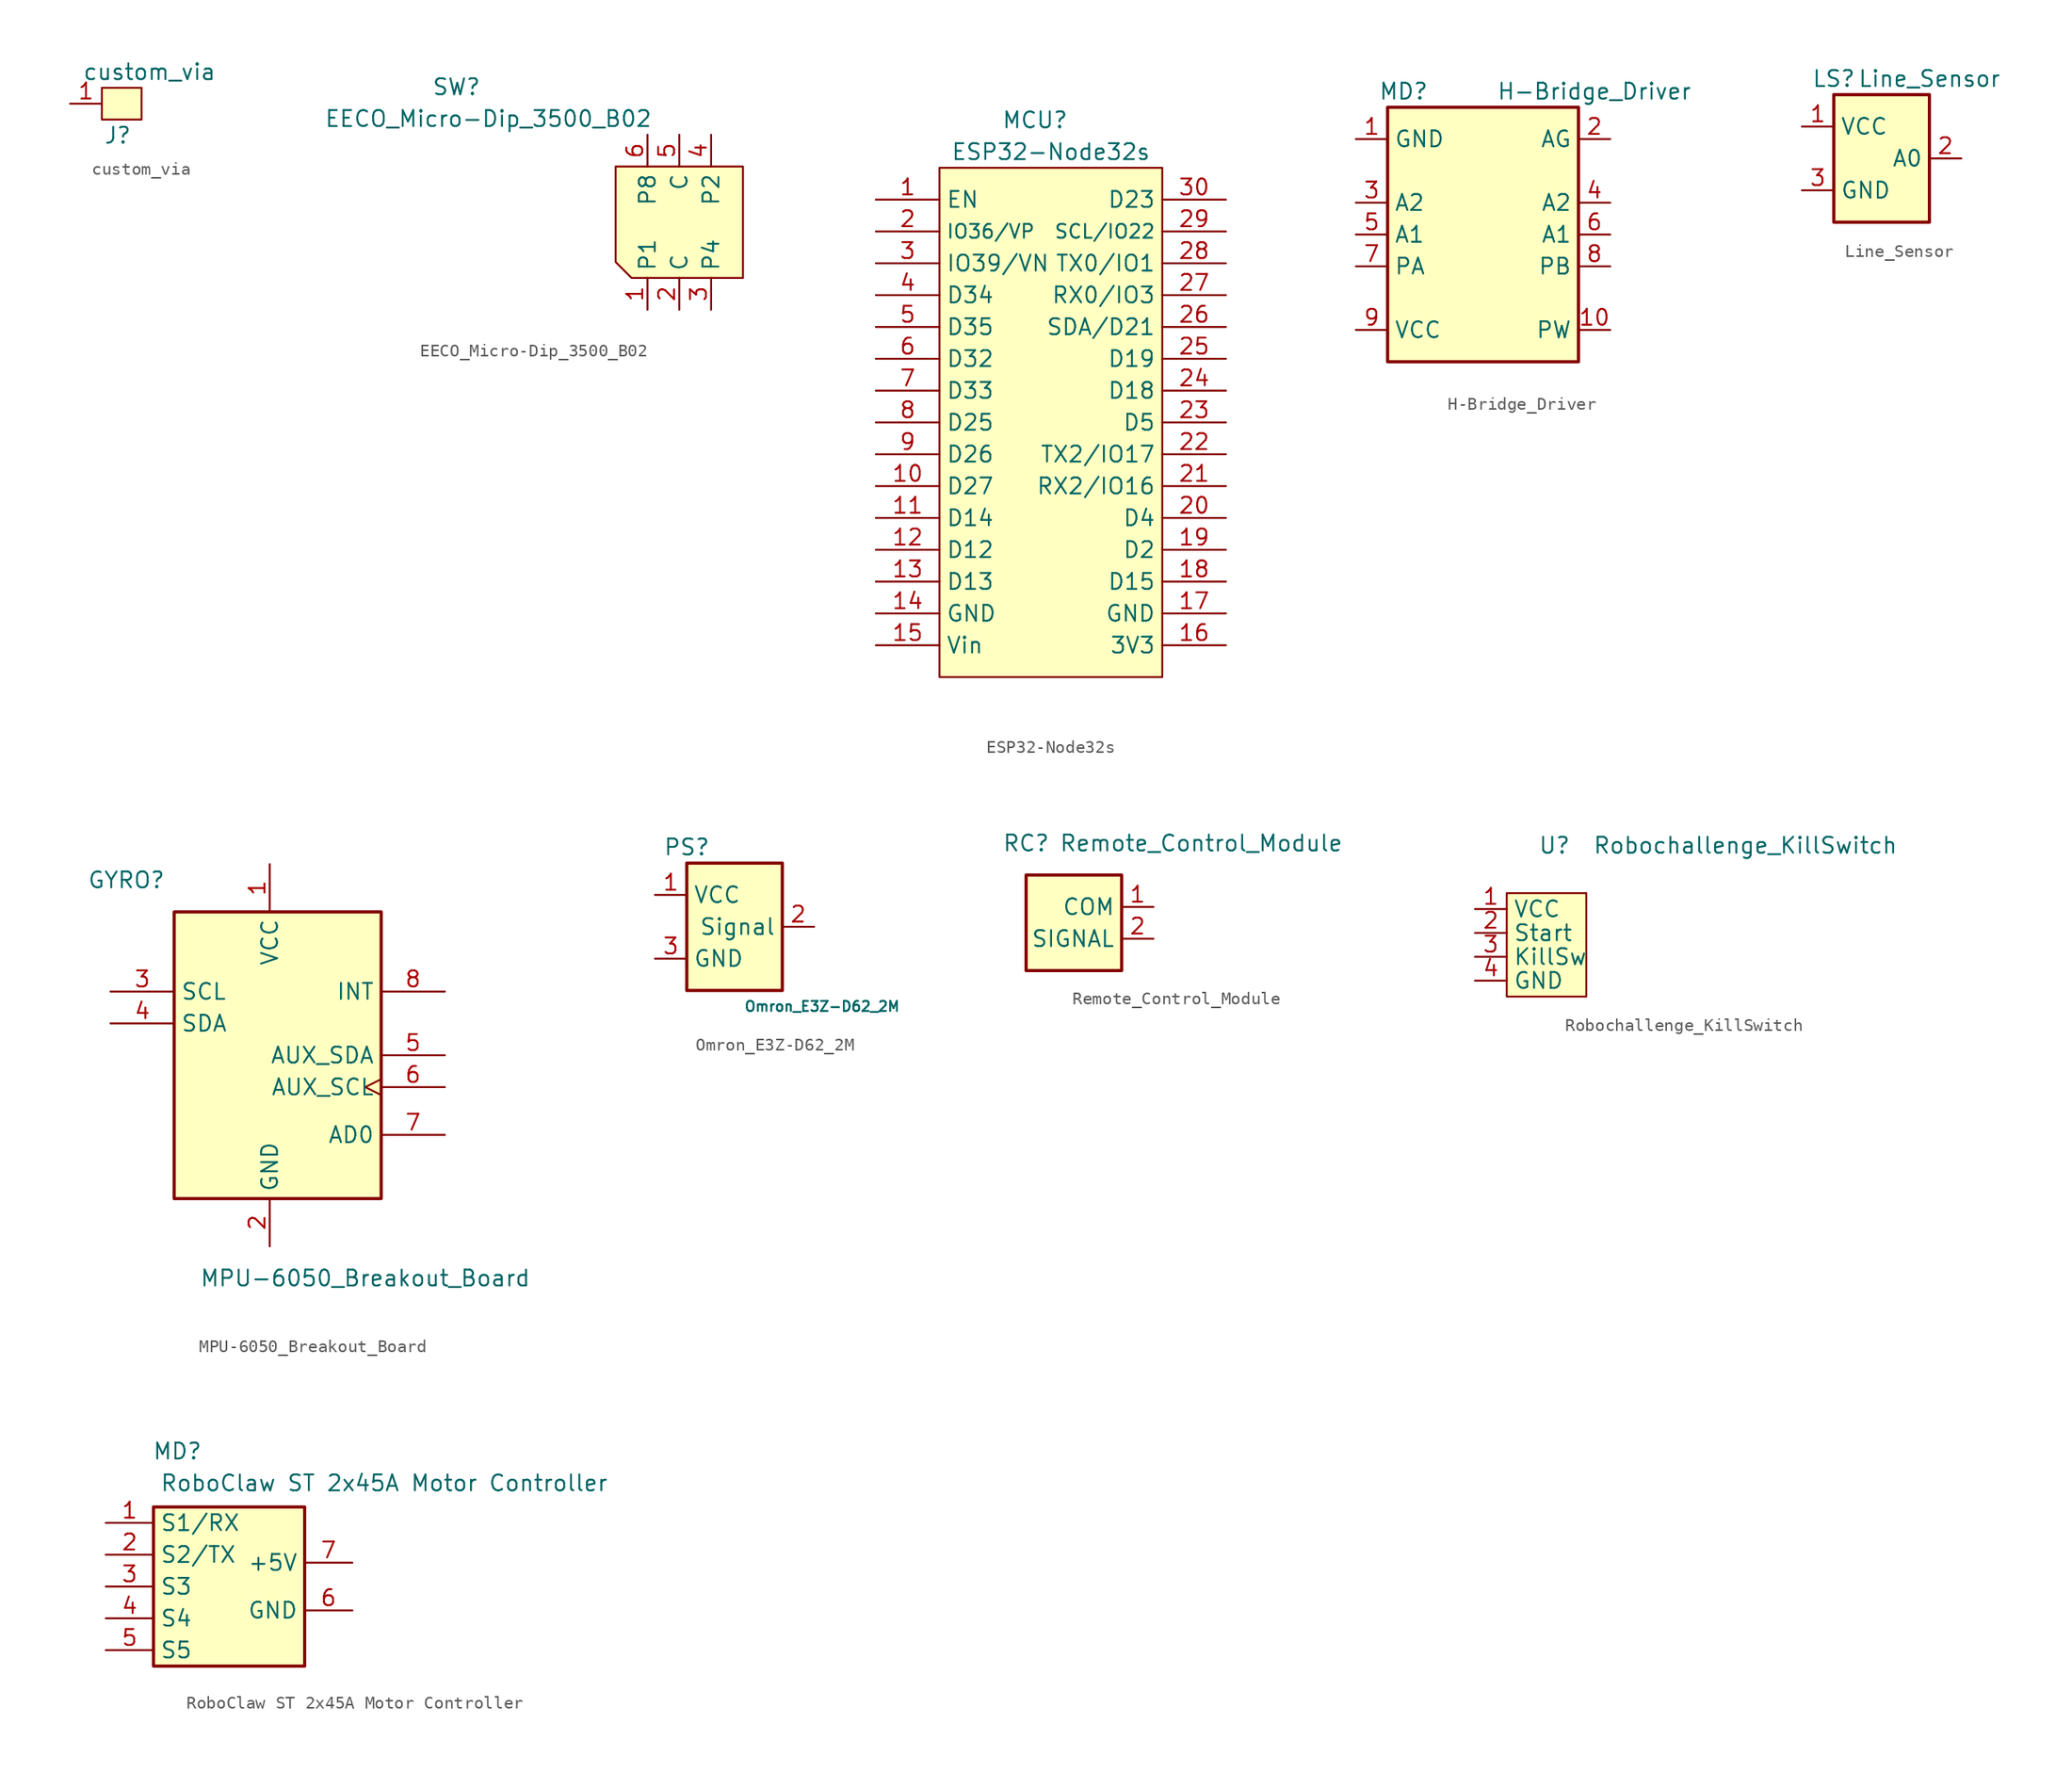
<source format=kicad_sym>
(kicad_symbol_lib
  (version 20211014)
  (generator kicad_symbol_editor)
  (symbol "custom_via"
    (property "Reference" "J"
      (at 1.27 -3.81 0)
      (effects (font (size 1.27 1.27))))
    (property "Value" "custom_via"
      (at 3.81 1.27 0)
      (effects (font (size 1.27 1.27))))
    (symbol "custom_via_0_1"
      (rectangle (start 0 0) (end 3.175 -2.54) (stroke (width 0) (type default) (color 0 0 0 0)) (fill (type background))))
    (symbol "custom_via_1_1"
      (pin input line (at -2.54 -1.27 0) (length 2.54) (name "" (effects (font (size 1.27 1.27)))) (number "1" (effects (font (size 1.27 1.27)))))))
  (symbol "EECO_Micro-Dip_3500_B02"
    (property "Reference" "SW"
      (at -17.78 11.43 0)
      (effects (font (size 1.27 1.27))))
    (property "Value" "EECO_Micro-Dip_3500_B02"
      (at -15.24 8.89 0)
      (effects (font (size 1.27 1.27))))
    (symbol "EECO_Micro-Dip_3500_B02_0_1"
      (polyline (pts (xy -5.08 5.08) (xy 5.08 5.08) (xy 5.08 -3.81) (xy -3.81 -3.81) (xy -5.08 -2.54) (xy -5.08 5.08)) (stroke (width 0) (type default) (color 0 0 0 0)) (fill (type background))))
    (symbol "EECO_Micro-Dip_3500_B02_1_1"
      (pin output line (at -2.54 -6.35 90) (length 2.54) (name "P1" (effects (font (size 1.27 1.27)))) (number "1" (effects (font (size 1.27 1.27)))))
      (pin power_in line (at 0 -6.35 90) (length 2.54) (name "C" (effects (font (size 1.27 1.27)))) (number "2" (effects (font (size 1.27 1.27)))))
      (pin output line (at 2.54 -6.35 90) (length 2.54) (name "P4" (effects (font (size 1.27 1.27)))) (number "3" (effects (font (size 1.27 1.27)))))
      (pin output line (at 2.54 7.62 270) (length 2.54) (name "P2" (effects (font (size 1.27 1.27)))) (number "4" (effects (font (size 1.27 1.27)))))
      (pin power_in line (at 0 7.62 270) (length 2.54) (name "C" (effects (font (size 1.27 1.27)))) (number "5" (effects (font (size 1.27 1.27)))))
      (pin output line (at -2.54 7.62 270) (length 2.54) (name "P8" (effects (font (size 1.27 1.27)))) (number "6" (effects (font (size 1.27 1.27)))))))
  (symbol "ESP32-Node32s"
    (property "Reference" "MCU"
      (at 12.7 6.35 0)
      (effects (font (size 1.27 1.27))))
    (property "Value" "ESP32-Node32s"
      (at 13.97 3.81 0)
      (effects (font (size 1.27 1.27))))
    (symbol "ESP32-Node32s_0_0"
      (pin passive line (at 0 0 0) (length 5.08) (name "EN" (effects (font (size 1.27 1.27)))) (number "1" (effects (font (size 1.27 1.27)))))
      (pin bidirectional line (at 0 -22.86 0) (length 5.08) (name "D27" (effects (font (size 1.27 1.27)))) (number "10" (effects (font (size 1.27 1.27)))))
      (pin bidirectional line (at 0 -25.4 0) (length 5.08) (name "D14" (effects (font (size 1.27 1.27)))) (number "11" (effects (font (size 1.27 1.27)))))
      (pin bidirectional line (at 0 -27.94 0) (length 5.08) (name "D12" (effects (font (size 1.27 1.27)))) (number "12" (effects (font (size 1.27 1.27)))))
      (pin bidirectional line (at 0 -30.48 0) (length 5.08) (name "D13" (effects (font (size 1.27 1.27)))) (number "13" (effects (font (size 1.27 1.27)))))
      (pin power_in line (at 0 -33.02 0) (length 5.08) (name "GND" (effects (font (size 1.27 1.27)))) (number "14" (effects (font (size 1.27 1.27)))))
      (pin power_in line (at 0 -35.56 0) (length 5.08) (name "Vin" (effects (font (size 1.27 1.27)))) (number "15" (effects (font (size 1.27 1.27)))))
      (pin power_out line (at 27.94 -35.56 180) (length 5.08) (name "3V3" (effects (font (size 1.27 1.27)))) (number "16" (effects (font (size 1.27 1.27)))))
      (pin power_in line (at 27.94 -33.02 180) (length 5.08) (name "GND" (effects (font (size 1.27 1.27)))) (number "17" (effects (font (size 1.27 1.27)))))
      (pin bidirectional line (at 27.94 -30.48 180) (length 5.08) (name "D15" (effects (font (size 1.27 1.27)))) (number "18" (effects (font (size 1.27 1.27)))))
      (pin bidirectional line (at 27.94 -27.94 180) (length 5.08) (name "D2" (effects (font (size 1.27 1.27)))) (number "19" (effects (font (size 1.27 1.27)))))
      (pin input line (at 0 -2.54 0) (length 5.08) (name "IO36/VP" (effects (font (size 1.1 1.1)))) (number "2" (effects (font (size 1.27 1.27)))))
      (pin bidirectional line (at 27.94 -25.4 180) (length 5.08) (name "D4" (effects (font (size 1.27 1.27)))) (number "20" (effects (font (size 1.27 1.27)))))
      (pin bidirectional line (at 27.94 -22.86 180) (length 5.08) (name "RX2/IO16" (effects (font (size 1.27 1.27)))) (number "21" (effects (font (size 1.27 1.27)))))
      (pin bidirectional line (at 27.94 -20.32 180) (length 5.08) (name "TX2/IO17" (effects (font (size 1.27 1.27)))) (number "22" (effects (font (size 1.27 1.27)))))
      (pin bidirectional line (at 27.94 -17.78 180) (length 5.08) (name "D5" (effects (font (size 1.27 1.27)))) (number "23" (effects (font (size 1.27 1.27)))))
      (pin bidirectional line (at 27.94 -15.24 180) (length 5.08) (name "D18" (effects (font (size 1.27 1.27)))) (number "24" (effects (font (size 1.27 1.27)))))
      (pin bidirectional line (at 27.94 -12.7 180) (length 5.08) (name "D19" (effects (font (size 1.27 1.27)))) (number "25" (effects (font (size 1.27 1.27)))))
      (pin bidirectional line (at 27.94 -10.16 180) (length 5.08) (name "SDA/D21" (effects (font (size 1.27 1.27)))) (number "26" (effects (font (size 1.27 1.27)))))
      (pin bidirectional line (at 27.94 -7.62 180) (length 5.08) (name "RX0/IO3" (effects (font (size 1.27 1.27)))) (number "27" (effects (font (size 1.27 1.27)))))
      (pin bidirectional line (at 27.94 -5.08 180) (length 5.08) (name "TX0/IO1" (effects (font (size 1.27 1.27)))) (number "28" (effects (font (size 1.27 1.27)))))
      (pin passive line (at 27.94 -2.54 180) (length 5.08) (name "SCL/IO22" (effects (font (size 1.1 1.1)))) (number "29" (effects (font (size 1.27 1.27)))))
      (pin input line (at 0 -5.08 0) (length 5.08) (name "IO39/VN" (effects (font (size 1.27 1.27)))) (number "3" (effects (font (size 1.27 1.27)))))
      (pin bidirectional line (at 27.94 0 180) (length 5.08) (name "D23" (effects (font (size 1.27 1.27)))) (number "30" (effects (font (size 1.27 1.27)))))
      (pin input line (at 0 -7.62 0) (length 5.08) (name "D34" (effects (font (size 1.27 1.27)))) (number "4" (effects (font (size 1.27 1.27)))))
      (pin input line (at 0 -10.16 0) (length 5.08) (name "D35" (effects (font (size 1.27 1.27)))) (number "5" (effects (font (size 1.27 1.27)))))
      (pin bidirectional line (at 0 -12.7 0) (length 5.08) (name "D32" (effects (font (size 1.27 1.27)))) (number "6" (effects (font (size 1.27 1.27)))))
      (pin bidirectional line (at 0 -15.24 0) (length 5.08) (name "D33" (effects (font (size 1.27 1.27)))) (number "7" (effects (font (size 1.27 1.27)))))
      (pin bidirectional line (at 0 -17.78 0) (length 5.08) (name "D25" (effects (font (size 1.27 1.27)))) (number "8" (effects (font (size 1.27 1.27)))))
      (pin bidirectional line (at 0 -20.32 0) (length 5.08) (name "D26" (effects (font (size 1.27 1.27)))) (number "9" (effects (font (size 1.27 1.27))))))
    (symbol "ESP32-Node32s_0_1"
      (polyline (pts (xy 5.08 2.54) (xy 22.86 2.54) (xy 22.86 -38.1) (xy 5.08 -38.1) (xy 5.08 2.54)) (stroke (width 0.152) (type default) (color 0 0 0 0)) (fill (type background)))))
  (symbol "H-Bridge_Driver"
    (property "Reference" "MD"
      (at -6.35 11.43 0)
      (effects (font (size 1.27 1.27))))
    (property "Value" "H-Bridge_Driver"
      (at 8.89 11.43 0)
      (effects (font (size 1.27 1.27))))
    (symbol "H-Bridge_Driver_0_1"
      (rectangle (start -7.62 10.16) (end 7.62 -10.16) (stroke (width 0.254) (type default) (color 0 0 0 0)) (fill (type background))))
    (symbol "H-Bridge_Driver_1_1"
      (pin power_in line (at -10.16 7.62 0) (length 2.54) (name "GND" (effects (font (size 1.27 1.27)))) (number "1" (effects (font (size 1.27 1.27)))))
      (pin output line (at 10.16 -7.62 180) (length 2.54) (name "PW" (effects (font (size 1.27 1.27)))) (number "10" (effects (font (size 1.27 1.27)))))
      (pin output line (at 10.16 7.62 180) (length 2.54) (name "AG" (effects (font (size 1.27 1.27)))) (number "2" (effects (font (size 1.27 1.27)))))
      (pin input line (at -10.16 2.54 0) (length 2.54) (name "A2" (effects (font (size 1.27 1.27)))) (number "3" (effects (font (size 1.27 1.27)))))
      (pin input line (at 10.16 2.54 180) (length 2.54) (name "A2" (effects (font (size 1.27 1.27)))) (number "4" (effects (font (size 1.27 1.27)))))
      (pin input line (at -10.16 0 0) (length 2.54) (name "A1" (effects (font (size 1.27 1.27)))) (number "5" (effects (font (size 1.27 1.27)))))
      (pin input line (at 10.16 0 180) (length 2.54) (name "A1" (effects (font (size 1.27 1.27)))) (number "6" (effects (font (size 1.27 1.27)))))
      (pin input line (at -10.16 -2.54 0) (length 2.54) (name "PA" (effects (font (size 1.27 1.27)))) (number "7" (effects (font (size 1.27 1.27)))))
      (pin input line (at 10.16 -2.54 180) (length 2.54) (name "PB" (effects (font (size 1.27 1.27)))) (number "8" (effects (font (size 1.27 1.27)))))
      (pin power_in line (at -10.16 -7.62 0) (length 2.54) (name "VCC" (effects (font (size 1.27 1.27)))) (number "9" (effects (font (size 1.27 1.27)))))))
  (symbol "Line_Sensor"
    (property "Reference" "LS"
      (at -3.81 6.35 0)
      (effects (font (size 1.27 1.27))))
    (property "Value" "Line_Sensor"
      (at 3.81 6.35 0)
      (effects (font (size 1.27 1.27))))
    (symbol "Line_Sensor_0_1"
      (rectangle (start -3.81 5.08) (end 3.81 -5.08) (stroke (width 0.254) (type default) (color 0 0 0 0)) (fill (type background))))
    (symbol "Line_Sensor_1_1"
      (pin power_in line (at -6.35 2.54 0) (length 2.54) (name "VCC" (effects (font (size 1.27 1.27)))) (number "1" (effects (font (size 1.27 1.27)))))
      (pin output line (at 6.35 0 180) (length 2.54) (name "A0" (effects (font (size 1.27 1.27)))) (number "2" (effects (font (size 1.27 1.27)))))
      (pin power_in line (at -6.35 -2.54 0) (length 2.54) (name "GND" (effects (font (size 1.27 1.27)))) (number "3" (effects (font (size 1.27 1.27)))))))
  (symbol "MPU-6050_Breakout_Board"
    (property "Reference" "GYRO"
      (at -11.43 13.97 0)
      (effects (font (size 1.27 1.27))))
    (property "Value" "MPU-6050_Breakout_Board"
      (at 7.62 -17.78 0)
      (effects (font (size 1.27 1.27))))
    (symbol "MPU-6050_Breakout_Board_0_0"
      (text "" (at 3.81 -5.08 0) (effects (font (size 1.27 1.27)))))
    (symbol "MPU-6050_Breakout_Board_0_1"
      (rectangle (start -7.62 11.43) (end 8.89 -11.43) (stroke (width 0.254) (type default) (color 0 0 0 0)) (fill (type background))))
    (symbol "MPU-6050_Breakout_Board_1_1"
      (pin power_in line (at 0 15.24 270) (length 3.81) (name "VCC" (effects (font (size 1.27 1.27)))) (number "1" (effects (font (size 1.27 1.27)))))
      (pin power_in line (at 0 -15.24 90) (length 3.81) (name "GND" (effects (font (size 1.27 1.27)))) (number "2" (effects (font (size 1.27 1.27)))))
      (pin input line (at -12.7 5.08 0) (length 5.08) (name "SCL" (effects (font (size 1.27 1.27)))) (number "3" (effects (font (size 1.27 1.27)))))
      (pin bidirectional line (at -12.7 2.54 0) (length 5.08) (name "SDA" (effects (font (size 1.27 1.27)))) (number "4" (effects (font (size 1.27 1.27)))))
      (pin bidirectional line (at 13.97 0 180) (length 5.08) (name "AUX_SDA" (effects (font (size 1.27 1.27)))) (number "5" (effects (font (size 1.27 1.27)))))
      (pin output clock (at 13.97 -2.54 180) (length 5.08) (name "AUX_SCL" (effects (font (size 1.27 1.27)))) (number "6" (effects (font (size 1.27 1.27)))))
      (pin input line (at 13.97 -6.35 180) (length 5.08) (name "AD0" (effects (font (size 1.27 1.27)))) (number "7" (effects (font (size 1.27 1.27)))))
      (pin output line (at 13.97 5.08 180) (length 5.08) (name "INT" (effects (font (size 1.27 1.27)))) (number "8" (effects (font (size 1.27 1.27)))))))
  (symbol "Omron_E3Z-D62_2M"
    (property "Reference" "PS"
      (at -3.81 6.35 0)
      (effects (font (size 1.27 1.27))))
    (property "Value" "Omron_E3Z-D62_2M"
      (at 6.985 -6.35 0)
      (effects (font (size 0.8 0.8))))
    (symbol "Omron_E3Z-D62_2M_0_1"
      (rectangle (start -3.81 5.08) (end 3.81 -5.08) (stroke (width 0.254) (type default) (color 0 0 0 0)) (fill (type background))))
    (symbol "Omron_E3Z-D62_2M_1_1"
      (pin power_in line (at -6.35 2.54 0) (length 2.54) (name "VCC" (effects (font (size 1.27 1.27)))) (number "1" (effects (font (size 1.27 1.27)))))
      (pin output line (at 6.35 0 180) (length 2.54) (name "Signal" (effects (font (size 1.27 1.27)))) (number "2" (effects (font (size 1.27 1.27)))))
      (pin power_in line (at -6.35 -2.54 0) (length 2.54) (name "GND" (effects (font (size 1.27 1.27)))) (number "3" (effects (font (size 1.27 1.27)))))))
  (symbol "Remote_Control_Module"
    (property "Reference" "RC"
      (at -3.81 6.35 0)
      (effects (font (size 1.27 1.27))))
    (property "Value" "Remote_Control_Module"
      (at 10.16 6.35 0)
      (effects (font (size 1.27 1.27))))
    (symbol "Remote_Control_Module_0_1"
      (rectangle (start -3.81 3.81) (end 3.81 -3.81) (stroke (width 0.254) (type default) (color 0 0 0 0)) (fill (type background))))
    (symbol "Remote_Control_Module_1_1"
      (pin power_in line (at 6.35 1.27 180) (length 2.54) (name "COM" (effects (font (size 1.27 1.27)))) (number "1" (effects (font (size 1.27 1.27)))))
      (pin output line (at 6.35 -1.27 180) (length 2.54) (name "SIGNAL" (effects (font (size 1.27 1.27)))) (number "2" (effects (font (size 1.27 1.27)))))))
  (symbol "Robochallenge_KillSwitch"
    (property "Reference" "U"
      (at 0.635 8.255 0)
      (effects (font (size 1.27 1.27))))
    (property "Value" "Robochallenge_KillSwitch"
      (at 15.875 8.255 0)
      (effects (font (size 1.27 1.27))))
    (symbol "Robochallenge_KillSwitch_0_1"
      (rectangle (start -3.175 4.445) (end 3.175 -3.81) (stroke (width 0) (type default) (color 0 0 0 0)) (fill (type background))))
    (symbol "Robochallenge_KillSwitch_1_1"
      (pin power_in line (at -5.715 3.175 0) (length 2.54) (name "VCC" (effects (font (size 1.27 1.27)))) (number "1" (effects (font (size 1.27 1.27)))))
      (pin output line (at -5.715 1.27 0) (length 2.54) (name "Start" (effects (font (size 1.27 1.27)))) (number "2" (effects (font (size 1.27 1.27)))))
      (pin output line (at -5.715 -0.635 0) (length 2.54) (name "KillSw" (effects (font (size 1.27 1.27)))) (number "3" (effects (font (size 1.27 1.27)))))
      (pin power_in line (at -5.715 -2.54 0) (length 2.54) (name "GND" (effects (font (size 1.27 1.27)))) (number "4" (effects (font (size 1.27 1.27)))))))
  (symbol "RoboClaw ST 2x45A Motor Controller"
    (property "Reference" "MD"
      (at -3.81 10.795 0)
      (effects (font (size 1.27 1.27))))
    (property "Value" "RoboClaw ST 2x45A Motor Controller"
      (at 12.7 8.255 0)
      (effects (font (size 1.27 1.27))))
    (symbol "RoboClaw ST 2x45A Motor Controller_0_0"
      (pin input line (at -9.525 5.08 0) (length 3.81) (name "S1/RX" (effects (font (size 1.27 1.27)))) (number "1" (effects (font (size 1.27 1.27)))))
      (pin bidirectional line (at -9.525 2.54 0) (length 3.81) (name "S2/TX" (effects (font (size 1.27 1.27)))) (number "2" (effects (font (size 1.27 1.27)))))
      (pin input line (at -9.525 0 0) (length 3.81) (name "S3" (effects (font (size 1.27 1.27)))) (number "3" (effects (font (size 1.27 1.27)))))
      (pin input line (at -9.525 -2.54 0) (length 3.81) (name "S4" (effects (font (size 1.27 1.27)))) (number "4" (effects (font (size 1.27 1.27)))))
      (pin input line (at -9.525 -5.08 0) (length 3.81) (name "S5" (effects (font (size 1.27 1.27)))) (number "5" (effects (font (size 1.27 1.27)))))
      (pin power_out line (at 10.16 -1.905 180) (length 3.81) (name "GND" (effects (font (size 1.27 1.27)))) (number "6" (effects (font (size 1.27 1.27)))))
      (pin power_out line (at 10.16 1.905 180) (length 3.81) (name "+5V" (effects (font (size 1.27 1.27)))) (number "7" (effects (font (size 1.27 1.27))))))
    (symbol "RoboClaw ST 2x45A Motor Controller_0_1"
      (rectangle (start -5.715 6.35) (end 6.35 -6.35) (stroke (width 0.25) (type default) (color 0 0 0 0)) (fill (type background))))))
</source>
